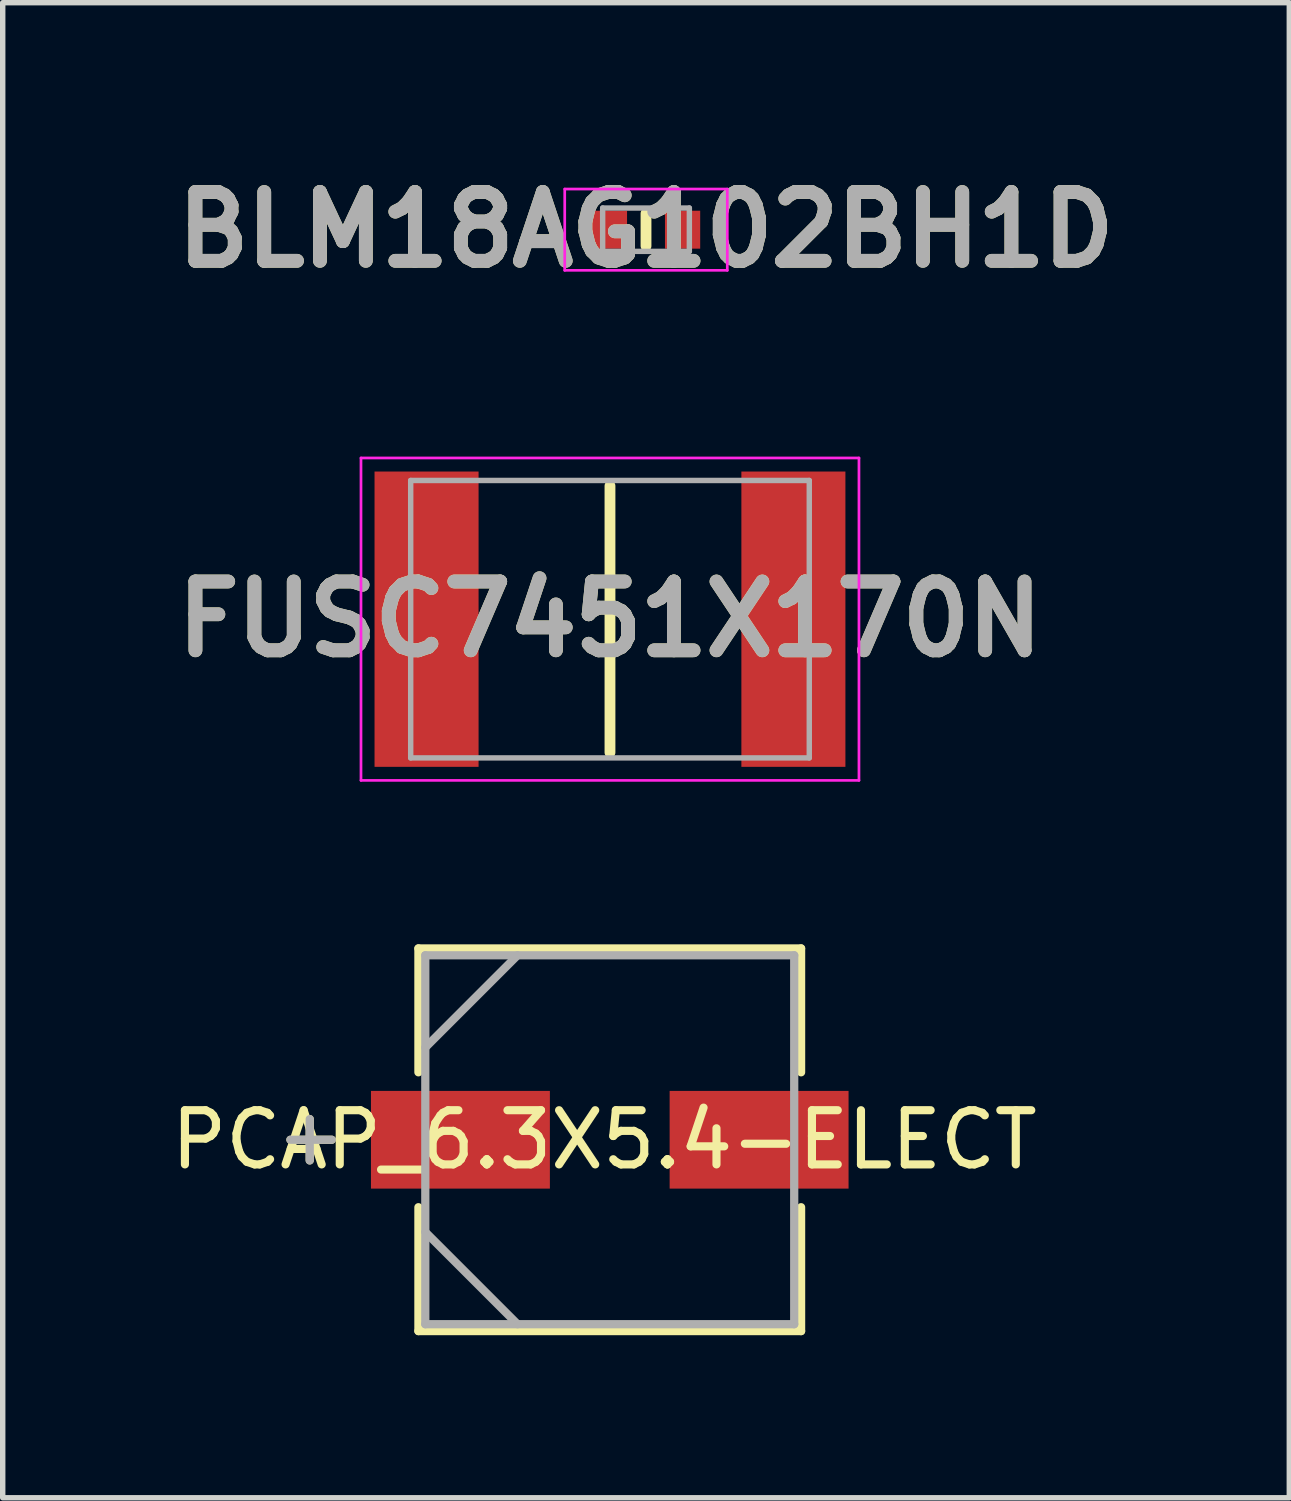
<source format=kicad_pcb>
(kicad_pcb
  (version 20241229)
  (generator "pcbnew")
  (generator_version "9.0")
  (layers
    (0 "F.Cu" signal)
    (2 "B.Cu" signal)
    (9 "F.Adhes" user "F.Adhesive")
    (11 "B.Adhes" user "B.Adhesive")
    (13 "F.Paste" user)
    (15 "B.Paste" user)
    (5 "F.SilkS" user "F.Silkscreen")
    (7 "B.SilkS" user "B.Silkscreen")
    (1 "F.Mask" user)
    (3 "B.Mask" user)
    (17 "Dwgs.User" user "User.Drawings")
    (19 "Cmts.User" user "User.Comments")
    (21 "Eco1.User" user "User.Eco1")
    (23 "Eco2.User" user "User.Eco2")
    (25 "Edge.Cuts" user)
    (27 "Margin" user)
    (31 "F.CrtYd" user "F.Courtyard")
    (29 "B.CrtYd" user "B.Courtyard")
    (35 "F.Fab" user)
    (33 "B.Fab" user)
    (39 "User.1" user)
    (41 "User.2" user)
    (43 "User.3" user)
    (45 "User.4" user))
  (footprint "BLM18AG102BH1D"
    (layer "F.Cu")
    (at 8.872 1.189)
    (property "Reference" "BLM18AG102BH1D" (at 0 0 0) (layer "F.SilkS") (effects (font (size 1.27 1.27) (thickness 0.254))))
    (attr smd)
    (fp_line (start 0 -0.3) (end 0 0.3) (stroke (width 0.2) (type solid)) (layer "F.SilkS"))
    (fp_line (start -1.5 -0.75) (end 1.5 -0.75) (stroke (width 0.05) (type solid)) (layer "F.CrtYd"))
    (fp_line (start -1.5 0.75) (end -1.5 -0.75) (stroke (width 0.05) (type solid)) (layer "F.CrtYd"))
    (fp_line (start 1.5 -0.75) (end 1.5 0.75) (stroke (width 0.05) (type solid)) (layer "F.CrtYd"))
    (fp_line (start 1.5 0.75) (end -1.5 0.75) (stroke (width 0.05) (type solid)) (layer "F.CrtYd"))
    (fp_line (start -0.8 -0.4) (end 0.8 -0.4) (stroke (width 0.1) (type solid)) (layer "F.Fab"))
    (fp_line (start -0.8 0.4) (end -0.8 -0.4) (stroke (width 0.1) (type solid)) (layer "F.Fab"))
    (fp_line (start 0.8 -0.4) (end 0.8 0.4) (stroke (width 0.1) (type solid)) (layer "F.Fab"))
    (fp_line (start 0.8 0.4) (end -0.8 0.4) (stroke (width 0.1) (type solid)) (layer "F.Fab"))
    (fp_text user "${REFERENCE}" (at 0 0 0) (layer "F.Fab") (effects (font (size 1.27 1.27) (thickness 0.254))))
    (pad "1" smd rect (at -0.675 0) (size 0.65 0.7) (layers "F.Cu" "F.Mask" "F.Paste"))
    (pad "2" smd rect (at 0.675 0) (size 0.65 0.7) (layers "F.Cu" "F.Mask" "F.Paste")))
  (footprint "PCAP_6.3X5.4-ELECT"
    (layer "F.Cu")
    (at 8.203 17.984)
    (property "Reference" "PCAP_6.3X5.4-ELECT" (at -0.102 0 0) (layer "F.SilkS") (effects (font (size 1 1) (thickness 0.15))))
    (attr smd)
    (fp_line (start -5.537 -0.381) (end -5.537 0.381) (stroke (width 0.152) (type solid)) (layer "F.SilkS"))
    (fp_line (start -5.131 0) (end -5.893 0) (stroke (width 0.152) (type solid)) (layer "F.SilkS"))
    (fp_line (start -3.531 -3.531) (end -3.531 -1.245) (stroke (width 0.152) (type solid)) (layer "F.SilkS"))
    (fp_line (start -3.531 1.245) (end -3.531 3.531) (stroke (width 0.152) (type solid)) (layer "F.SilkS"))
    (fp_line (start -3.531 3.531) (end 3.531 3.531) (stroke (width 0.152) (type solid)) (layer "F.SilkS"))
    (fp_line (start 3.531 -3.531) (end -3.531 -3.531) (stroke (width 0.152) (type solid)) (layer "F.SilkS"))
    (fp_line (start 3.531 -1.245) (end 3.531 -3.531) (stroke (width 0.152) (type solid)) (layer "F.SilkS"))
    (fp_line (start 3.531 3.531) (end 3.531 1.245) (stroke (width 0.152) (type solid)) (layer "F.SilkS"))
    (fp_line (start -5.537 -0.381) (end -5.537 0.381) (stroke (width 0.152) (type solid)) (layer "F.Fab"))
    (fp_line (start -5.131 0) (end -5.893 0) (stroke (width 0.152) (type solid)) (layer "F.Fab"))
    (fp_line (start -3.404 -3.404) (end -3.404 3.404) (stroke (width 0.152) (type solid)) (layer "F.Fab"))
    (fp_line (start -3.404 -1.702) (end -1.702 -3.404) (stroke (width 0.152) (type solid)) (layer "F.Fab"))
    (fp_line (start -3.404 1.702) (end -1.702 3.404) (stroke (width 0.152) (type solid)) (layer "F.Fab"))
    (fp_line (start -3.404 3.404) (end 3.404 3.404) (stroke (width 0.152) (type solid)) (layer "F.Fab"))
    (fp_line (start 3.404 -3.404) (end -3.404 -3.404) (stroke (width 0.152) (type solid)) (layer "F.Fab"))
    (fp_line (start 3.404 3.404) (end 3.404 -3.404) (stroke (width 0.152) (type solid)) (layer "F.Fab"))
    (pad "1" smd rect (at -2.756 0) (size 3.302 1.803) (layers "F.Cu" "F.Mask" "F.Paste"))
    (pad "2" smd rect (at 2.756 0) (size 3.302 1.803) (layers "F.Cu" "F.Mask" "F.Paste")))
  (footprint "FUSC7451X170N"
    (layer "F.Cu")
    (at 8.207 8.377)
    (property "Reference" "FUSC7451X170N" (at 0 0 0) (layer "F.SilkS") (effects (font (size 1.27 1.27) (thickness 0.254))))
    (attr smd)
    (fp_line (start 0 -2.46) (end 0 2.46) (stroke (width 0.2) (type solid)) (layer "F.SilkS"))
    (fp_line (start -4.595 -2.975) (end 4.595 -2.975) (stroke (width 0.05) (type solid)) (layer "F.CrtYd"))
    (fp_line (start -4.595 2.975) (end -4.595 -2.975) (stroke (width 0.05) (type solid)) (layer "F.CrtYd"))
    (fp_line (start 4.595 -2.975) (end 4.595 2.975) (stroke (width 0.05) (type solid)) (layer "F.CrtYd"))
    (fp_line (start 4.595 2.975) (end -4.595 2.975) (stroke (width 0.05) (type solid)) (layer "F.CrtYd"))
    (fp_line (start -3.678 -2.56) (end 3.678 -2.56) (stroke (width 0.1) (type solid)) (layer "F.Fab"))
    (fp_line (start -3.678 2.56) (end -3.678 -2.56) (stroke (width 0.1) (type solid)) (layer "F.Fab"))
    (fp_line (start 3.678 -2.56) (end 3.678 2.56) (stroke (width 0.1) (type solid)) (layer "F.Fab"))
    (fp_line (start 3.678 2.56) (end -3.678 2.56) (stroke (width 0.1) (type solid)) (layer "F.Fab"))
    (fp_text user "${REFERENCE}" (at 0 0 0) (layer "F.Fab") (effects (font (size 1.27 1.27) (thickness 0.254))))
    (pad "1" smd rect (at -3.385 0) (size 1.92 5.45) (layers "F.Cu" "F.Mask" "F.Paste"))
    (pad "2" smd rect (at 3.385 0) (size 1.92 5.45) (layers "F.Cu" "F.Mask" "F.Paste")))
  (gr_rect
    (start -3 -3)
    (end 20.744 24.591)
    (stroke (width 0.1) (type default))
    (fill no)
    (layer "Edge.Cuts")))
</source>
